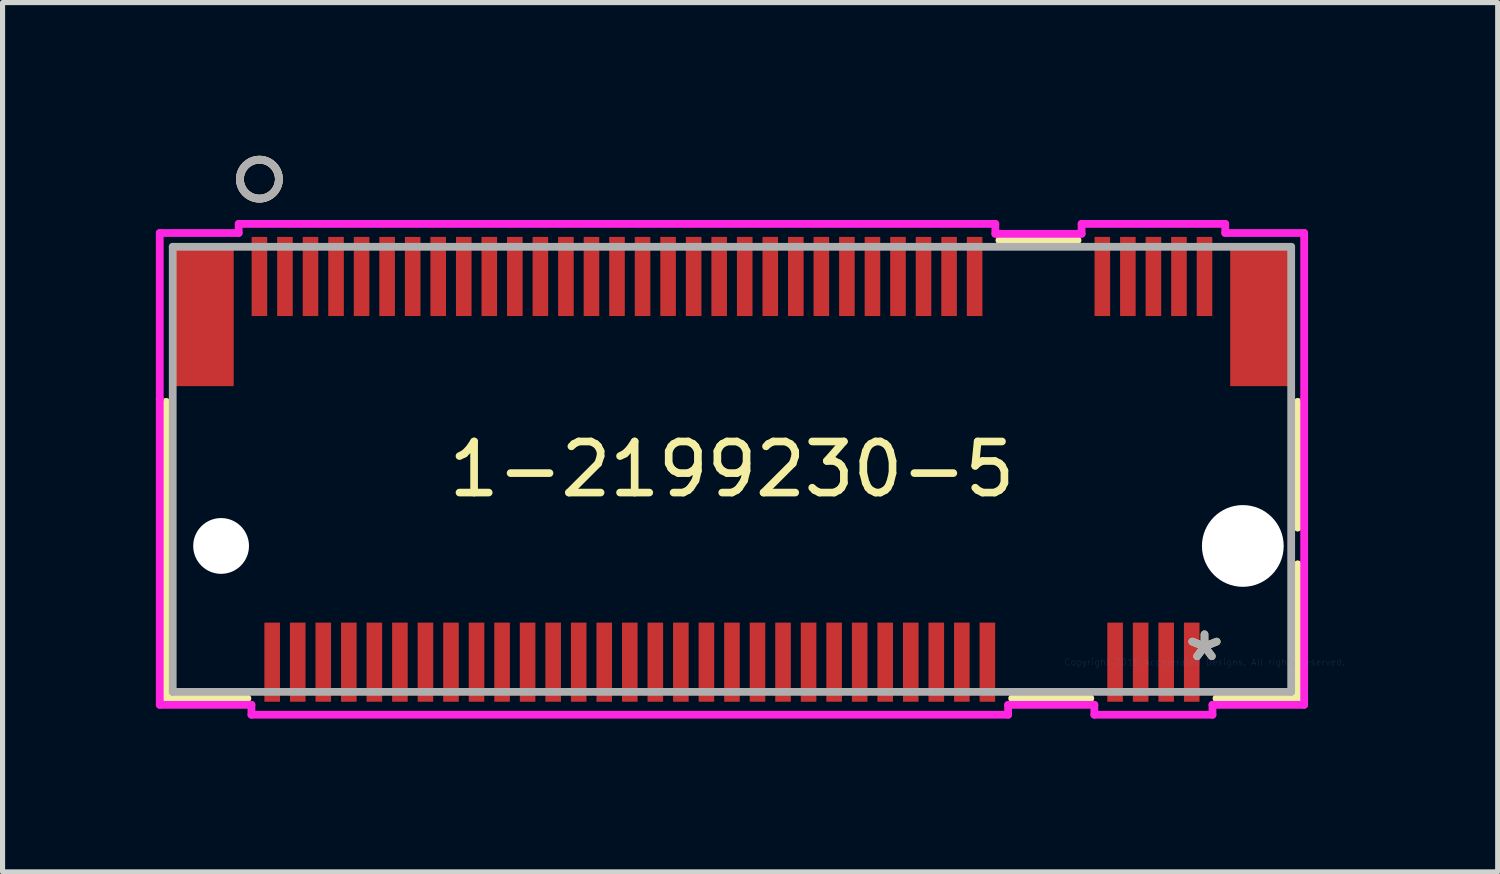
<source format=kicad_pcb>
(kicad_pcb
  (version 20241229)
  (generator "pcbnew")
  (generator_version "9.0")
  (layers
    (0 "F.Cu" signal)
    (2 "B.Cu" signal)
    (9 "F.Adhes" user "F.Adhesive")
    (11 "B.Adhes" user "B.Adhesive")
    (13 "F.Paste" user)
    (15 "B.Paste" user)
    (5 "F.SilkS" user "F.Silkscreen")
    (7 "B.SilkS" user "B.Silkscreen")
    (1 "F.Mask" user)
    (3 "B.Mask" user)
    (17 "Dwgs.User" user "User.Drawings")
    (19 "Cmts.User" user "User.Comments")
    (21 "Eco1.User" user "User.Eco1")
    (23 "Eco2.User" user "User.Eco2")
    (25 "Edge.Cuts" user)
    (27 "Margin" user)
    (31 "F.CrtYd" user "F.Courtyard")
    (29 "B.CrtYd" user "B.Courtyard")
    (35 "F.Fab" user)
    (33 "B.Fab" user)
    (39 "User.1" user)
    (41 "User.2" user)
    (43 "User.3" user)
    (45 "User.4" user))
  (footprint "1-2199230-5"
    (layer "F.Cu")
    (at 20.528 9.912)
    (property "Reference" "1-2199230-5" (at -9.25 -3.775 0) (layer "F.SilkS") (effects (font (size 1 1) (thickness 0.15))))
    (attr through_hole)
    (fp_line (start -20.324 -5.096) (end -20.324 0.708) (stroke (width 0.152) (type solid)) (layer "F.SilkS"))
    (fp_line (start -20.324 0.708) (end -18.735 0.708) (stroke (width 0.152) (type solid)) (layer "F.SilkS"))
    (fp_line (start -3.765 0.708) (end -2.235 0.708) (stroke (width 0.152) (type solid)) (layer "F.SilkS"))
    (fp_line (start -2.485 -8.258) (end -4.015 -8.258) (stroke (width 0.152) (type solid)) (layer "F.SilkS"))
    (fp_line (start 0.235 0.708) (end 1.824 0.708) (stroke (width 0.152) (type solid)) (layer "F.SilkS"))
    (fp_line (start 1.824 -2.634) (end 1.824 -5.096) (stroke (width 0.152) (type solid)) (layer "F.SilkS"))
    (fp_line (start 1.824 0.708) (end 1.824 -1.916) (stroke (width 0.152) (type solid)) (layer "F.SilkS"))
    (fp_circle (center -18.5 -9.455) (end -18.119 -9.455) (stroke (width 0.152) (type solid)) (fill no) (layer "F.SilkS"))
    (fp_circle (center -18.5 -9.455) (end -18.119 -9.455) (stroke (width 0.152) (type solid)) (fill no) (layer "B.SilkS"))
    (fp_line (start -20.451 -5.149) (end -20.451 0.835) (stroke (width 0.152) (type solid)) (layer "F.CrtYd"))
    (fp_line (start -20.451 0.835) (end -18.656 0.835) (stroke (width 0.152) (type solid)) (layer "F.CrtYd"))
    (fp_line (start -20.451 -8.401) (end -20.451 -5.149) (stroke (width 0.152) (type solid)) (layer "F.CrtYd"))
    (fp_line (start -20.451 -5.149) (end -20.451 -5.149) (stroke (width 0.152) (type solid)) (layer "F.CrtYd"))
    (fp_line (start -18.906 -8.579) (end -18.906 -8.401) (stroke (width 0.152) (type solid)) (layer "F.CrtYd"))
    (fp_line (start -18.906 -8.401) (end -20.451 -8.401) (stroke (width 0.152) (type solid)) (layer "F.CrtYd"))
    (fp_line (start -18.656 0.835) (end -18.656 1.029) (stroke (width 0.152) (type solid)) (layer "F.CrtYd"))
    (fp_line (start -18.656 1.029) (end -3.844 1.029) (stroke (width 0.152) (type solid)) (layer "F.CrtYd"))
    (fp_line (start -4.094 -8.579) (end -18.906 -8.579) (stroke (width 0.152) (type solid)) (layer "F.CrtYd"))
    (fp_line (start -4.094 -8.385) (end -4.094 -8.579) (stroke (width 0.152) (type solid)) (layer "F.CrtYd"))
    (fp_line (start -3.844 0.835) (end -2.156 0.835) (stroke (width 0.152) (type solid)) (layer "F.CrtYd"))
    (fp_line (start -3.844 1.029) (end -3.844 0.835) (stroke (width 0.152) (type solid)) (layer "F.CrtYd"))
    (fp_line (start -2.406 -8.579) (end -2.406 -8.385) (stroke (width 0.152) (type solid)) (layer "F.CrtYd"))
    (fp_line (start -2.406 -8.385) (end -4.094 -8.385) (stroke (width 0.152) (type solid)) (layer "F.CrtYd"))
    (fp_line (start -2.156 0.835) (end -2.156 1.029) (stroke (width 0.152) (type solid)) (layer "F.CrtYd"))
    (fp_line (start -2.156 1.029) (end 0.156 1.029) (stroke (width 0.152) (type solid)) (layer "F.CrtYd"))
    (fp_line (start 0.156 0.835) (end 1.951 0.835) (stroke (width 0.152) (type solid)) (layer "F.CrtYd"))
    (fp_line (start 0.156 1.029) (end 0.156 0.835) (stroke (width 0.152) (type solid)) (layer "F.CrtYd"))
    (fp_line (start 0.406 -8.579) (end -2.406 -8.579) (stroke (width 0.152) (type solid)) (layer "F.CrtYd"))
    (fp_line (start 0.406 -8.401) (end 0.406 -8.579) (stroke (width 0.152) (type solid)) (layer "F.CrtYd"))
    (fp_line (start 1.951 -8.401) (end 0.406 -8.401) (stroke (width 0.152) (type solid)) (layer "F.CrtYd"))
    (fp_line (start 1.951 -5.149) (end 1.951 -8.401) (stroke (width 0.152) (type solid)) (layer "F.CrtYd"))
    (fp_line (start 1.951 -5.149) (end 1.951 -5.149) (stroke (width 0.152) (type solid)) (layer "F.CrtYd"))
    (fp_line (start 1.951 0.835) (end 1.951 -5.149) (stroke (width 0.152) (type solid)) (layer "F.CrtYd"))
    (fp_line (start -20.197 -8.131) (end -20.197 0.581) (stroke (width 0.152) (type solid)) (layer "F.Fab"))
    (fp_line (start -20.197 0.581) (end 1.697 0.581) (stroke (width 0.152) (type solid)) (layer "F.Fab"))
    (fp_line (start 1.697 -8.131) (end -20.197 -8.131) (stroke (width 0.152) (type solid)) (layer "F.Fab"))
    (fp_line (start 1.697 0.581) (end 1.697 -8.131) (stroke (width 0.152) (type solid)) (layer "F.Fab"))
    (fp_circle (center -18.5 -9.455) (end -18.119 -9.455) (stroke (width 0.152) (type solid)) (fill no) (layer "F.Fab"))
    (fp_text user "*" (at 0 0 0) (layer "F.SilkS") (effects (font (size 1 1) (thickness 0.15))))
    (fp_text user "Copyright 2016 Accelerated Designs. All rights reserved." (at 0 0 0) (layer "Cmts.User") (effects (font (size 0.127 0.127) (thickness 0.002))))
    (fp_text user "*" (at 0 0 0) (layer "F.Fab") (effects (font (size 1 1) (thickness 0.15))))
    (pad "" np_thru_hole circle (at -19.25 -2.275) (size 1.092 1.092) (drill 1.092) (layers "*.Cu" "*.Mask"))
    (pad "" np_thru_hole circle (at 0.75 -2.275) (size 1.6 1.6) (drill 1.6) (layers "*.Cu" "*.Mask"))
    (pad "1" smd rect (at -18.5 -7.55) (size 0.305 1.549) (layers "F.Cu" "F.Mask" "F.Paste"))
    (pad "2" smd rect (at -18.25 0.000001) (size 0.305 1.549) (layers "F.Cu" "F.Mask" "F.Paste"))
    (pad "3" smd rect (at -18 -7.55) (size 0.305 1.549) (layers "F.Cu" "F.Mask" "F.Paste"))
    (pad "4" smd rect (at -17.75 0.000001) (size 0.305 1.549) (layers "F.Cu" "F.Mask" "F.Paste"))
    (pad "5" smd rect (at -17.5 -7.55) (size 0.305 1.549) (layers "F.Cu" "F.Mask" "F.Paste"))
    (pad "6" smd rect (at -17.25 0.000001) (size 0.305 1.549) (layers "F.Cu" "F.Mask" "F.Paste"))
    (pad "7" smd rect (at -17 -7.55) (size 0.305 1.549) (layers "F.Cu" "F.Mask" "F.Paste"))
    (pad "8" smd rect (at -16.75 0.000001) (size 0.305 1.549) (layers "F.Cu" "F.Mask" "F.Paste"))
    (pad "9" smd rect (at -16.5 -7.55) (size 0.305 1.549) (layers "F.Cu" "F.Mask" "F.Paste"))
    (pad "10" smd rect (at -16.25 0.000001) (size 0.305 1.549) (layers "F.Cu" "F.Mask" "F.Paste"))
    (pad "11" smd rect (at -16 -7.55) (size 0.305 1.549) (layers "F.Cu" "F.Mask" "F.Paste"))
    (pad "12" smd rect (at -15.75 0.000001) (size 0.305 1.549) (layers "F.Cu" "F.Mask" "F.Paste"))
    (pad "13" smd rect (at -15.5 -7.55) (size 0.305 1.549) (layers "F.Cu" "F.Mask" "F.Paste"))
    (pad "14" smd rect (at -15.25 0.000001) (size 0.305 1.549) (layers "F.Cu" "F.Mask" "F.Paste"))
    (pad "15" smd rect (at -15 -7.55) (size 0.305 1.549) (layers "F.Cu" "F.Mask" "F.Paste"))
    (pad "16" smd rect (at -14.75 0.000001) (size 0.305 1.549) (layers "F.Cu" "F.Mask" "F.Paste"))
    (pad "17" smd rect (at -14.5 -7.55) (size 0.305 1.549) (layers "F.Cu" "F.Mask" "F.Paste"))
    (pad "18" smd rect (at -14.25 0.000001) (size 0.305 1.549) (layers "F.Cu" "F.Mask" "F.Paste"))
    (pad "19" smd rect (at -14 -7.55) (size 0.305 1.549) (layers "F.Cu" "F.Mask" "F.Paste"))
    (pad "20" smd rect (at -13.75 0.000001) (size 0.305 1.549) (layers "F.Cu" "F.Mask" "F.Paste"))
    (pad "21" smd rect (at -13.5 -7.55) (size 0.305 1.549) (layers "F.Cu" "F.Mask" "F.Paste"))
    (pad "22" smd rect (at -13.25 0.000001) (size 0.305 1.549) (layers "F.Cu" "F.Mask" "F.Paste"))
    (pad "23" smd rect (at -13 -7.55) (size 0.305 1.549) (layers "F.Cu" "F.Mask" "F.Paste"))
    (pad "24" smd rect (at -12.75 0.000001) (size 0.305 1.549) (layers "F.Cu" "F.Mask" "F.Paste"))
    (pad "25" smd rect (at -12.5 -7.55) (size 0.305 1.549) (layers "F.Cu" "F.Mask" "F.Paste"))
    (pad "26" smd rect (at -12.25 0.000001) (size 0.305 1.549) (layers "F.Cu" "F.Mask" "F.Paste"))
    (pad "27" smd rect (at -12 -7.55) (size 0.305 1.549) (layers "F.Cu" "F.Mask" "F.Paste"))
    (pad "28" smd rect (at -11.75 0.000001) (size 0.305 1.549) (layers "F.Cu" "F.Mask" "F.Paste"))
    (pad "29" smd rect (at -11.5 -7.55) (size 0.305 1.549) (layers "F.Cu" "F.Mask" "F.Paste"))
    (pad "30" smd rect (at -11.25 0.000001) (size 0.305 1.549) (layers "F.Cu" "F.Mask" "F.Paste"))
    (pad "31" smd rect (at -11 -7.55) (size 0.305 1.549) (layers "F.Cu" "F.Mask" "F.Paste"))
    (pad "32" smd rect (at -10.75 0.000001) (size 0.305 1.549) (layers "F.Cu" "F.Mask" "F.Paste"))
    (pad "33" smd rect (at -10.5 -7.55) (size 0.305 1.549) (layers "F.Cu" "F.Mask" "F.Paste"))
    (pad "34" smd rect (at -10.25 0.000001) (size 0.305 1.549) (layers "F.Cu" "F.Mask" "F.Paste"))
    (pad "35" smd rect (at -10 -7.55) (size 0.305 1.549) (layers "F.Cu" "F.Mask" "F.Paste"))
    (pad "36" smd rect (at -9.75 0.000001) (size 0.305 1.549) (layers "F.Cu" "F.Mask" "F.Paste"))
    (pad "37" smd rect (at -9.5 -7.55) (size 0.305 1.549) (layers "F.Cu" "F.Mask" "F.Paste"))
    (pad "38" smd rect (at -9.25 0.000001) (size 0.305 1.549) (layers "F.Cu" "F.Mask" "F.Paste"))
    (pad "39" smd rect (at -9 -7.55) (size 0.305 1.549) (layers "F.Cu" "F.Mask" "F.Paste"))
    (pad "40" smd rect (at -8.75 0.000001) (size 0.305 1.549) (layers "F.Cu" "F.Mask" "F.Paste"))
    (pad "41" smd rect (at -8.5 -7.55) (size 0.305 1.549) (layers "F.Cu" "F.Mask" "F.Paste"))
    (pad "42" smd rect (at -8.25 0.000001) (size 0.305 1.549) (layers "F.Cu" "F.Mask" "F.Paste"))
    (pad "43" smd rect (at -8 -7.55) (size 0.305 1.549) (layers "F.Cu" "F.Mask" "F.Paste"))
    (pad "44" smd rect (at -7.75 0.000001) (size 0.305 1.549) (layers "F.Cu" "F.Mask" "F.Paste"))
    (pad "45" smd rect (at -7.5 -7.55) (size 0.305 1.549) (layers "F.Cu" "F.Mask" "F.Paste"))
    (pad "46" smd rect (at -7.25 0.000001) (size 0.305 1.549) (layers "F.Cu" "F.Mask" "F.Paste"))
    (pad "47" smd rect (at -7 -7.55) (size 0.305 1.549) (layers "F.Cu" "F.Mask" "F.Paste"))
    (pad "48" smd rect (at -6.75 0.000001) (size 0.305 1.549) (layers "F.Cu" "F.Mask" "F.Paste"))
    (pad "49" smd rect (at -6.5 -7.55) (size 0.305 1.549) (layers "F.Cu" "F.Mask" "F.Paste"))
    (pad "50" smd rect (at -6.25 0.000001) (size 0.305 1.549) (layers "F.Cu" "F.Mask" "F.Paste"))
    (pad "51" smd rect (at -6 -7.55) (size 0.305 1.549) (layers "F.Cu" "F.Mask" "F.Paste"))
    (pad "52" smd rect (at -5.75 0.000001) (size 0.305 1.549) (layers "F.Cu" "F.Mask" "F.Paste"))
    (pad "53" smd rect (at -5.5 -7.55) (size 0.305 1.549) (layers "F.Cu" "F.Mask" "F.Paste"))
    (pad "54" smd rect (at -5.25 0.000001) (size 0.305 1.549) (layers "F.Cu" "F.Mask" "F.Paste"))
    (pad "55" smd rect (at -5 -7.55) (size 0.305 1.549) (layers "F.Cu" "F.Mask" "F.Paste"))
    (pad "56" smd rect (at -4.75 0.000001) (size 0.305 1.549) (layers "F.Cu" "F.Mask" "F.Paste"))
    (pad "57" smd rect (at -4.5 -7.55) (size 0.305 1.549) (layers "F.Cu" "F.Mask" "F.Paste"))
    (pad "58" smd rect (at -4.25 0.000001) (size 0.305 1.549) (layers "F.Cu" "F.Mask" "F.Paste"))
    (pad "67" smd rect (at -2 -7.55) (size 0.305 1.549) (layers "F.Cu" "F.Mask" "F.Paste"))
    (pad "68" smd rect (at -1.75 0.000001) (size 0.305 1.549) (layers "F.Cu" "F.Mask" "F.Paste"))
    (pad "69" smd rect (at -1.5 -7.55) (size 0.305 1.549) (layers "F.Cu" "F.Mask" "F.Paste"))
    (pad "70" smd rect (at -1.25 0.000001) (size 0.305 1.549) (layers "F.Cu" "F.Mask" "F.Paste"))
    (pad "71" smd rect (at -1 -7.55) (size 0.305 1.549) (layers "F.Cu" "F.Mask" "F.Paste"))
    (pad "72" smd rect (at -0.75 0.000001) (size 0.305 1.549) (layers "F.Cu" "F.Mask" "F.Paste"))
    (pad "73" smd rect (at -0.5 -7.55) (size 0.305 1.549) (layers "F.Cu" "F.Mask" "F.Paste"))
    (pad "74" smd rect (at -0.25 0.000001) (size 0.305 1.549) (layers "F.Cu" "F.Mask" "F.Paste"))
    (pad "75" smd rect (at -0.000001 -7.55) (size 0.305 1.549) (layers "F.Cu" "F.Mask" "F.Paste"))
    (pad "76" smd rect (at -19.6 -6.775) (size 1.194 2.743) (layers "F.Cu" "F.Mask" "F.Paste"))
    (pad "77" smd rect (at 1.1 -6.775) (size 1.194 2.743) (layers "F.Cu" "F.Mask" "F.Paste")))
  (gr_rect
    (start -3 -3)
    (end 26.267 14.017)
    (stroke (width 0.1) (type default))
    (fill no)
    (layer "Edge.Cuts")))
</source>
